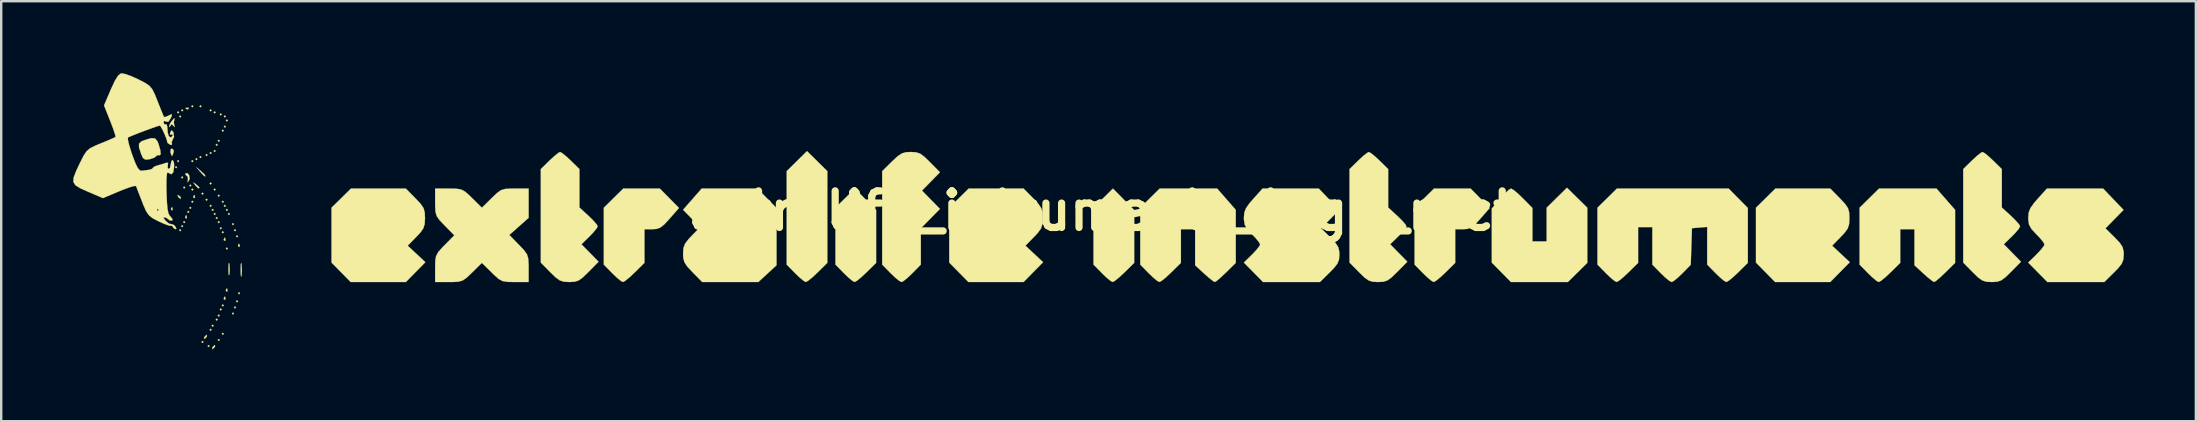
<source format=kicad_pcb>
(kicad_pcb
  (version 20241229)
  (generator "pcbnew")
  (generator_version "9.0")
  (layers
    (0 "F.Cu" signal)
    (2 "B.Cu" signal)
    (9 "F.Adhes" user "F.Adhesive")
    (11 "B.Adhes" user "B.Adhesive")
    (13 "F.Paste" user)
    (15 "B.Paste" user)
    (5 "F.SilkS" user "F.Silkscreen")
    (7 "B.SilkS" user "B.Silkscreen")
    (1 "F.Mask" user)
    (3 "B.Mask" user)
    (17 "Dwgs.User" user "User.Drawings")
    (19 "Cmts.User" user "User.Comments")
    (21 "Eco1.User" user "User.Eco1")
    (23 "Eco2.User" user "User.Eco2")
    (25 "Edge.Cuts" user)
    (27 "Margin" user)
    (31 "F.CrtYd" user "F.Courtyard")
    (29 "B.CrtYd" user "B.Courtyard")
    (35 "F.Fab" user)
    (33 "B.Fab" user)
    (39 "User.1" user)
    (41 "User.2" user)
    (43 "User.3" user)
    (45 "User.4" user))
  (footprint "extralife_intruments_logo_rect"
    (layer "F.Cu")
    (at 42.852 5.738)
    (property "Reference" "extralife_intruments_logo_rect" (at 0 0 0) (layer "F.SilkS") (effects (font (size 1.524 1.524) (thickness 0.3))))
    (attr through_hole)
    (fp_poly (pts (xy -38.523 -1.82) (xy -38.566 -1.778) (xy -38.608 -1.82) (xy -38.566 -1.863) (xy -38.523 -1.82)) (stroke (width 0.01) (type solid)) (fill yes) (layer "F.SilkS"))
    (fp_poly (pts (xy -38.439 -4.106) (xy -38.481 -4.064) (xy -38.523 -4.106) (xy -38.481 -4.149) (xy -38.439 -4.106)) (stroke (width 0.01) (type solid)) (fill yes) (layer "F.SilkS"))
    (fp_poly (pts (xy -38.439 -2.074) (xy -38.481 -2.032) (xy -38.523 -2.074) (xy -38.481 -2.117) (xy -38.439 -2.074)) (stroke (width 0.01) (type solid)) (fill yes) (layer "F.SilkS"))
    (fp_poly (pts (xy -38.354 -3.937) (xy -38.396 -3.895) (xy -38.439 -3.937) (xy -38.396 -3.979) (xy -38.354 -3.937)) (stroke (width 0.01) (type solid)) (fill yes) (layer "F.SilkS"))
    (fp_poly (pts (xy -38.354 0.804) (xy -38.396 0.847) (xy -38.439 0.804) (xy -38.396 0.762) (xy -38.354 0.804)) (stroke (width 0.01) (type solid)) (fill yes) (layer "F.SilkS"))
    (fp_poly (pts (xy -38.269 -4.191) (xy -38.312 -4.149) (xy -38.354 -4.191) (xy -38.312 -4.233) (xy -38.269 -4.191)) (stroke (width 0.01) (type solid)) (fill yes) (layer "F.SilkS"))
    (fp_poly (pts (xy -38.269 -1.397) (xy -38.312 -1.355) (xy -38.354 -1.397) (xy -38.312 -1.439) (xy -38.269 -1.397)) (stroke (width 0.01) (type solid)) (fill yes) (layer "F.SilkS"))
    (fp_poly (pts (xy -38.269 0.635) (xy -38.312 0.677) (xy -38.354 0.635) (xy -38.312 0.593) (xy -38.269 0.635)) (stroke (width 0.01) (type solid)) (fill yes) (layer "F.SilkS"))
    (fp_poly (pts (xy -38.185 -0.974) (xy -38.227 -0.931) (xy -38.269 -0.974) (xy -38.227 -1.016) (xy -38.185 -0.974)) (stroke (width 0.01) (type solid)) (fill yes) (layer "F.SilkS"))
    (fp_poly (pts (xy -38.185 0.466) (xy -38.227 0.508) (xy -38.269 0.466) (xy -38.227 0.423) (xy -38.185 0.466)) (stroke (width 0.01) (type solid)) (fill yes) (layer "F.SilkS"))
    (fp_poly (pts (xy -38.015 0.042) (xy -38.058 0.085) (xy -38.1 0.042) (xy -38.058 0) (xy -38.015 0.042)) (stroke (width 0.01) (type solid)) (fill yes) (layer "F.SilkS"))
    (fp_poly (pts (xy -37.931 -1.058) (xy -37.973 -1.016) (xy -38.015 -1.058) (xy -37.973 -1.101) (xy -37.931 -1.058)) (stroke (width 0.01) (type solid)) (fill yes) (layer "F.SilkS"))
    (fp_poly (pts (xy -37.931 -0.127) (xy -37.973 -0.085) (xy -38.015 -0.127) (xy -37.973 -0.169) (xy -37.931 -0.127)) (stroke (width 0.01) (type solid)) (fill yes) (layer "F.SilkS"))
    (fp_poly (pts (xy -37.846 -4.36) (xy -37.888 -4.318) (xy -37.931 -4.36) (xy -37.888 -4.403) (xy -37.846 -4.36)) (stroke (width 0.01) (type solid)) (fill yes) (layer "F.SilkS"))
    (fp_poly (pts (xy -37.846 -2.074) (xy -37.888 -2.032) (xy -37.931 -2.074) (xy -37.888 -2.117) (xy -37.846 -2.074)) (stroke (width 0.01) (type solid)) (fill yes) (layer "F.SilkS"))
    (fp_poly (pts (xy -37.846 -0.889) (xy -37.888 -0.847) (xy -37.931 -0.889) (xy -37.888 -0.931) (xy -37.846 -0.889)) (stroke (width 0.01) (type solid)) (fill yes) (layer "F.SilkS"))
    (fp_poly (pts (xy -37.846 -0.381) (xy -37.888 -0.339) (xy -37.931 -0.381) (xy -37.888 -0.423) (xy -37.846 -0.381)) (stroke (width 0.01) (type solid)) (fill yes) (layer "F.SilkS"))
    (fp_poly (pts (xy -37.677 -2.159) (xy -37.719 -2.117) (xy -37.761 -2.159) (xy -37.719 -2.201) (xy -37.677 -2.159)) (stroke (width 0.01) (type solid)) (fill yes) (layer "F.SilkS"))
    (fp_poly (pts (xy -37.507 -4.36) (xy -37.55 -4.318) (xy -37.592 -4.36) (xy -37.55 -4.403) (xy -37.507 -4.36)) (stroke (width 0.01) (type solid)) (fill yes) (layer "F.SilkS"))
    (fp_poly (pts (xy -37.507 -2.244) (xy -37.55 -2.201) (xy -37.592 -2.244) (xy -37.55 -2.286) (xy -37.507 -2.244)) (stroke (width 0.01) (type solid)) (fill yes) (layer "F.SilkS"))
    (fp_poly (pts (xy -37.423 -0.72) (xy -37.465 -0.677) (xy -37.507 -0.72) (xy -37.465 -0.762) (xy -37.423 -0.72)) (stroke (width 0.01) (type solid)) (fill yes) (layer "F.SilkS"))
    (fp_poly (pts (xy -37.423 5.461) (xy -37.465 5.503) (xy -37.507 5.461) (xy -37.465 5.419) (xy -37.423 5.461)) (stroke (width 0.01) (type solid)) (fill yes) (layer "F.SilkS"))
    (fp_poly (pts (xy -37.253 -2.328) (xy -37.296 -2.286) (xy -37.338 -2.328) (xy -37.296 -2.371) (xy -37.253 -2.328)) (stroke (width 0.01) (type solid)) (fill yes) (layer "F.SilkS"))
    (fp_poly (pts (xy -37.253 -0.466) (xy -37.296 -0.423) (xy -37.338 -0.466) (xy -37.296 -0.508) (xy -37.253 -0.466)) (stroke (width 0.01) (type solid)) (fill yes) (layer "F.SilkS"))
    (fp_poly (pts (xy -37.169 5.63) (xy -37.211 5.673) (xy -37.253 5.63) (xy -37.211 5.588) (xy -37.169 5.63)) (stroke (width 0.01) (type solid)) (fill yes) (layer "F.SilkS"))
    (fp_poly (pts (xy -37.084 -4.191) (xy -37.126 -4.149) (xy -37.169 -4.191) (xy -37.126 -4.233) (xy -37.084 -4.191)) (stroke (width 0.01) (type solid)) (fill yes) (layer "F.SilkS"))
    (fp_poly (pts (xy -37.084 -2.413) (xy -37.126 -2.371) (xy -37.169 -2.413) (xy -37.126 -2.455) (xy -37.084 -2.413)) (stroke (width 0.01) (type solid)) (fill yes) (layer "F.SilkS"))
    (fp_poly (pts (xy -37.084 -1.143) (xy -37.126 -1.101) (xy -37.169 -1.143) (xy -37.126 -1.185) (xy -37.084 -1.143)) (stroke (width 0.01) (type solid)) (fill yes) (layer "F.SilkS"))
    (fp_poly (pts (xy -37.084 -0.212) (xy -37.126 -0.169) (xy -37.169 -0.212) (xy -37.126 -0.254) (xy -37.084 -0.212)) (stroke (width 0.01) (type solid)) (fill yes) (layer "F.SilkS"))
    (fp_poly (pts (xy -37.084 4.953) (xy -37.126 4.995) (xy -37.169 4.953) (xy -37.126 4.911) (xy -37.084 4.953)) (stroke (width 0.01) (type solid)) (fill yes) (layer "F.SilkS"))
    (fp_poly (pts (xy -36.999 -0.042) (xy -37.042 0) (xy -37.084 -0.042) (xy -37.042 -0.085) (xy -36.999 -0.042)) (stroke (width 0.01) (type solid)) (fill yes) (layer "F.SilkS"))
    (fp_poly (pts (xy -36.999 4.784) (xy -37.042 4.826) (xy -37.084 4.784) (xy -37.042 4.741) (xy -36.999 4.784)) (stroke (width 0.01) (type solid)) (fill yes) (layer "F.SilkS"))
    (fp_poly (pts (xy -36.915 -4.106) (xy -36.957 -4.064) (xy -36.999 -4.106) (xy -36.957 -4.149) (xy -36.915 -4.106)) (stroke (width 0.01) (type solid)) (fill yes) (layer "F.SilkS"))
    (fp_poly (pts (xy -36.915 -2.498) (xy -36.957 -2.455) (xy -36.999 -2.498) (xy -36.957 -2.54) (xy -36.915 -2.498)) (stroke (width 0.01) (type solid)) (fill yes) (layer "F.SilkS"))
    (fp_poly (pts (xy -36.915 -0.889) (xy -36.957 -0.847) (xy -36.999 -0.889) (xy -36.957 -0.931) (xy -36.915 -0.889)) (stroke (width 0.01) (type solid)) (fill yes) (layer "F.SilkS"))
    (fp_poly (pts (xy -36.915 0.127) (xy -36.957 0.169) (xy -36.999 0.127) (xy -36.957 0.085) (xy -36.915 0.127)) (stroke (width 0.01) (type solid)) (fill yes) (layer "F.SilkS"))
    (fp_poly (pts (xy -36.83 -2.752) (xy -36.872 -2.709) (xy -36.915 -2.752) (xy -36.872 -2.794) (xy -36.83 -2.752)) (stroke (width 0.01) (type solid)) (fill yes) (layer "F.SilkS"))
    (fp_poly (pts (xy -36.83 0.296) (xy -36.872 0.339) (xy -36.915 0.296) (xy -36.872 0.254) (xy -36.83 0.296)) (stroke (width 0.01) (type solid)) (fill yes) (layer "F.SilkS"))
    (fp_poly (pts (xy -36.83 4.53) (xy -36.872 4.572) (xy -36.915 4.53) (xy -36.872 4.487) (xy -36.83 4.53)) (stroke (width 0.01) (type solid)) (fill yes) (layer "F.SilkS"))
    (fp_poly (pts (xy -36.745 -2.921) (xy -36.788 -2.879) (xy -36.83 -2.921) (xy -36.788 -2.963) (xy -36.745 -2.921)) (stroke (width 0.01) (type solid)) (fill yes) (layer "F.SilkS"))
    (fp_poly (pts (xy -36.745 -0.635) (xy -36.788 -0.593) (xy -36.83 -0.635) (xy -36.788 -0.677) (xy -36.745 -0.635)) (stroke (width 0.01) (type solid)) (fill yes) (layer "F.SilkS"))
    (fp_poly (pts (xy -36.745 0.466) (xy -36.788 0.508) (xy -36.83 0.466) (xy -36.788 0.423) (xy -36.745 0.466)) (stroke (width 0.01) (type solid)) (fill yes) (layer "F.SilkS"))
    (fp_poly (pts (xy -36.745 4.36) (xy -36.788 4.403) (xy -36.83 4.36) (xy -36.788 4.318) (xy -36.745 4.36)) (stroke (width 0.01) (type solid)) (fill yes) (layer "F.SilkS"))
    (fp_poly (pts (xy -36.745 5.376) (xy -36.788 5.419) (xy -36.83 5.376) (xy -36.788 5.334) (xy -36.745 5.376)) (stroke (width 0.01) (type solid)) (fill yes) (layer "F.SilkS"))
    (fp_poly (pts (xy -36.661 -4.022) (xy -36.703 -3.979) (xy -36.745 -4.022) (xy -36.703 -4.064) (xy -36.661 -4.022)) (stroke (width 0.01) (type solid)) (fill yes) (layer "F.SilkS"))
    (fp_poly (pts (xy -36.661 0.72) (xy -36.703 0.762) (xy -36.745 0.72) (xy -36.703 0.677) (xy -36.661 0.72)) (stroke (width 0.01) (type solid)) (fill yes) (layer "F.SilkS"))
    (fp_poly (pts (xy -36.661 4.106) (xy -36.703 4.149) (xy -36.745 4.106) (xy -36.703 4.064) (xy -36.661 4.106)) (stroke (width 0.01) (type solid)) (fill yes) (layer "F.SilkS"))
    (fp_poly (pts (xy -36.576 -3.344) (xy -36.618 -3.302) (xy -36.661 -3.344) (xy -36.618 -3.387) (xy -36.576 -3.344)) (stroke (width 0.01) (type solid)) (fill yes) (layer "F.SilkS"))
    (fp_poly (pts (xy -36.576 -0.381) (xy -36.618 -0.339) (xy -36.661 -0.381) (xy -36.618 -0.423) (xy -36.576 -0.381)) (stroke (width 0.01) (type solid)) (fill yes) (layer "F.SilkS"))
    (fp_poly (pts (xy -36.576 0.889) (xy -36.618 0.931) (xy -36.661 0.889) (xy -36.618 0.847) (xy -36.576 0.889)) (stroke (width 0.01) (type solid)) (fill yes) (layer "F.SilkS"))
    (fp_poly (pts (xy -36.576 3.937) (xy -36.618 3.979) (xy -36.661 3.937) (xy -36.618 3.895) (xy -36.576 3.937)) (stroke (width 0.01) (type solid)) (fill yes) (layer "F.SilkS"))
    (fp_poly (pts (xy -36.576 5.122) (xy -36.618 5.165) (xy -36.661 5.122) (xy -36.618 5.08) (xy -36.576 5.122)) (stroke (width 0.01) (type solid)) (fill yes) (layer "F.SilkS"))
    (fp_poly (pts (xy -36.491 -3.937) (xy -36.534 -3.895) (xy -36.576 -3.937) (xy -36.534 -3.979) (xy -36.491 -3.937)) (stroke (width 0.01) (type solid)) (fill yes) (layer "F.SilkS"))
    (fp_poly (pts (xy -36.491 -3.514) (xy -36.534 -3.471) (xy -36.576 -3.514) (xy -36.534 -3.556) (xy -36.491 -3.514)) (stroke (width 0.01) (type solid)) (fill yes) (layer "F.SilkS"))
    (fp_poly (pts (xy -36.491 -0.212) (xy -36.534 -0.169) (xy -36.576 -0.212) (xy -36.534 -0.254) (xy -36.491 -0.212)) (stroke (width 0.01) (type solid)) (fill yes) (layer "F.SilkS"))
    (fp_poly (pts (xy -36.407 -3.768) (xy -36.449 -3.725) (xy -36.491 -3.768) (xy -36.449 -3.81) (xy -36.407 -3.768)) (stroke (width 0.01) (type solid)) (fill yes) (layer "F.SilkS"))
    (fp_poly (pts (xy -36.407 -0.042) (xy -36.449 0) (xy -36.491 -0.042) (xy -36.449 -0.085) (xy -36.407 -0.042)) (stroke (width 0.01) (type solid)) (fill yes) (layer "F.SilkS"))
    (fp_poly (pts (xy -36.407 1.566) (xy -36.449 1.609) (xy -36.491 1.566) (xy -36.449 1.524) (xy -36.407 1.566)) (stroke (width 0.01) (type solid)) (fill yes) (layer "F.SilkS"))
    (fp_poly (pts (xy -36.322 0.127) (xy -36.364 0.169) (xy -36.407 0.127) (xy -36.364 0.085) (xy -36.322 0.127)) (stroke (width 0.01) (type solid)) (fill yes) (layer "F.SilkS"))
    (fp_poly (pts (xy -36.153 0.55) (xy -36.195 0.593) (xy -36.237 0.55) (xy -36.195 0.508) (xy -36.153 0.55)) (stroke (width 0.01) (type solid)) (fill yes) (layer "F.SilkS"))
    (fp_poly (pts (xy -36.153 4.276) (xy -36.195 4.318) (xy -36.237 4.276) (xy -36.195 4.233) (xy -36.153 4.276)) (stroke (width 0.01) (type solid)) (fill yes) (layer "F.SilkS"))
    (fp_poly (pts (xy -36.068 0.804) (xy -36.11 0.847) (xy -36.153 0.804) (xy -36.11 0.762) (xy -36.068 0.804)) (stroke (width 0.01) (type solid)) (fill yes) (layer "F.SilkS"))
    (fp_poly (pts (xy -36.068 4.022) (xy -36.11 4.064) (xy -36.153 4.022) (xy -36.11 3.979) (xy -36.068 4.022)) (stroke (width 0.01) (type solid)) (fill yes) (layer "F.SilkS"))
    (fp_poly (pts (xy -35.983 1.058) (xy -36.026 1.101) (xy -36.068 1.058) (xy -36.026 1.016) (xy -35.983 1.058)) (stroke (width 0.01) (type solid)) (fill yes) (layer "F.SilkS"))
    (fp_poly (pts (xy -35.983 3.768) (xy -36.026 3.81) (xy -36.068 3.768) (xy -36.026 3.725) (xy -35.983 3.768)) (stroke (width 0.01) (type solid)) (fill yes) (layer "F.SilkS"))
    (fp_poly (pts (xy -35.899 3.429) (xy -35.941 3.471) (xy -35.983 3.429) (xy -35.941 3.387) (xy -35.899 3.429)) (stroke (width 0.01) (type solid)) (fill yes) (layer "F.SilkS"))
    (fp_poly (pts (xy -38.721 -0.141) (xy -38.711 -0.041) (xy -38.721 -0.028) (xy -38.771 -0.04) (xy -38.777 -0.085) (xy -38.746 -0.154) (xy -38.721 -0.141)) (stroke (width 0.01) (type solid)) (fill yes) (layer "F.SilkS"))
    (fp_poly (pts (xy -38.128 0.198) (xy -38.118 0.298) (xy -38.128 0.31) (xy -38.179 0.299) (xy -38.185 0.254) (xy -38.154 0.184) (xy -38.128 0.198)) (stroke (width 0.01) (type solid)) (fill yes) (layer "F.SilkS"))
    (fp_poly (pts (xy -38.044 -4.29) (xy -38.055 -4.239) (xy -38.1 -4.233) (xy -38.17 -4.264) (xy -38.156 -4.29) (xy -38.056 -4.3) (xy -38.044 -4.29)) (stroke (width 0.01) (type solid)) (fill yes) (layer "F.SilkS"))
    (fp_poly (pts (xy -37.79 -0.649) (xy -37.779 -0.549) (xy -37.79 -0.536) (xy -37.84 -0.548) (xy -37.846 -0.593) (xy -37.815 -0.662) (xy -37.79 -0.649)) (stroke (width 0.01) (type solid)) (fill yes) (layer "F.SilkS"))
    (fp_poly (pts (xy -36.52 1.129) (xy -36.509 1.229) (xy -36.52 1.242) (xy -36.57 1.23) (xy -36.576 1.185) (xy -36.545 1.116) (xy -36.52 1.129)) (stroke (width 0.01) (type solid)) (fill yes) (layer "F.SilkS"))
    (fp_poly (pts (xy -36.52 3.584) (xy -36.509 3.685) (xy -36.52 3.697) (xy -36.57 3.685) (xy -36.576 3.641) (xy -36.545 3.571) (xy -36.52 3.584)) (stroke (width 0.01) (type solid)) (fill yes) (layer "F.SilkS"))
    (fp_poly (pts (xy -36.435 3.246) (xy -36.425 3.346) (xy -36.435 3.358) (xy -36.485 3.347) (xy -36.491 3.302) (xy -36.46 3.232) (xy -36.435 3.246)) (stroke (width 0.01) (type solid)) (fill yes) (layer "F.SilkS"))
    (fp_poly (pts (xy -35.927 1.383) (xy -35.917 1.483) (xy -35.927 1.496) (xy -35.977 1.484) (xy -35.983 1.439) (xy -35.952 1.37) (xy -35.927 1.383)) (stroke (width 0.01) (type solid)) (fill yes) (layer "F.SilkS"))
    (fp_poly (pts (xy -38.452 -0.643) (xy -38.361 -0.558) (xy -38.38 -0.509) (xy -38.391 -0.508) (xy -38.463 -0.568) (xy -38.489 -0.606) (xy -38.499 -0.664) (xy -38.452 -0.643)) (stroke (width 0.01) (type solid)) (fill yes) (layer "F.SilkS"))
    (fp_poly (pts (xy -37.529 -1.659) (xy -37.369 -1.509) (xy -37.345 -1.444) (xy -37.367 -1.439) (xy -37.436 -1.496) (xy -37.558 -1.63) (xy -37.719 -1.82) (xy -37.529 -1.659)) (stroke (width 0.01) (type solid)) (fill yes) (layer "F.SilkS"))
    (fp_poly (pts (xy -38.666 -2.531) (xy -38.672 -2.441) (xy -38.716 -2.312) (xy -38.735 -2.286) (xy -38.772 -2.355) (xy -38.798 -2.441) (xy -38.788 -2.57) (xy -38.735 -2.596) (xy -38.666 -2.531)) (stroke (width 0.01) (type solid)) (fill yes) (layer "F.SilkS"))
    (fp_poly (pts (xy -37.802 -1.159) (xy -37.74 -1.111) (xy -37.623 -1.007) (xy -37.592 -0.963) (xy -37.633 -0.938) (xy -37.746 -1.047) (xy -37.772 -1.079) (xy -37.845 -1.18) (xy -37.802 -1.159)) (stroke (width 0.01) (type solid)) (fill yes) (layer "F.SilkS"))
    (fp_poly (pts (xy -37.28 5.219) (xy -37.296 5.249) (xy -37.375 5.33) (xy -37.39 5.334) (xy -37.396 5.279) (xy -37.38 5.249) (xy -37.301 5.168) (xy -37.286 5.165) (xy -37.28 5.219)) (stroke (width 0.01) (type solid)) (fill yes) (layer "F.SilkS"))
    (fp_poly (pts (xy -36.941 5.643) (xy -36.957 5.673) (xy -37.037 5.754) (xy -37.052 5.757) (xy -37.057 5.703) (xy -37.042 5.673) (xy -36.962 5.592) (xy -36.947 5.588) (xy -36.941 5.643)) (stroke (width 0.01) (type solid)) (fill yes) (layer "F.SilkS"))
    (fp_poly (pts (xy -36.346 2.224) (xy -36.332 2.474) (xy -36.347 2.647) (xy -36.367 2.681) (xy -36.38 2.57) (xy -36.382 2.413) (xy -36.376 2.221) (xy -36.361 2.165) (xy -36.346 2.224)) (stroke (width 0.01) (type solid)) (fill yes) (layer "F.SilkS"))
    (fp_poly (pts (xy -35.838 2.223) (xy -35.824 2.496) (xy -35.838 2.688) (xy -35.856 2.741) (xy -35.869 2.645) (xy -35.873 2.455) (xy -35.868 2.246) (xy -35.854 2.168) (xy -35.838 2.223)) (stroke (width 0.01) (type solid)) (fill yes) (layer "F.SilkS"))
    (fp_poly (pts (xy -38.02 -1.484) (xy -37.999 -1.351) (xy -38.028 -1.267) (xy -38.09 -1.193) (xy -38.076 -1.268) (xy -38.07 -1.286) (xy -38.079 -1.423) (xy -38.126 -1.465) (xy -38.188 -1.531) (xy -38.176 -1.557) (xy -38.09 -1.573) (xy -38.02 -1.484)) (stroke (width 0.01) (type solid)) (fill yes) (layer "F.SilkS"))
    (fp_poly (pts (xy -38.631 -3.846) (xy -38.661 -3.689) (xy -38.644 -3.588) (xy -38.621 -3.49) (xy -38.671 -3.54) (xy -38.674 -3.544) (xy -38.751 -3.617) (xy -38.803 -3.544) (xy -38.845 -3.492) (xy -38.855 -3.525) (xy -38.808 -3.656) (xy -38.714 -3.783) (xy -38.628 -3.869) (xy -38.631 -3.846)) (stroke (width 0.01) (type solid)) (fill yes) (layer "F.SilkS"))
    (fp_poly (pts (xy -9.84 -0.484) (xy -9.398 -0.037) (xy -9.398 2.165) (xy -9.803 2.564) (xy -10.02 2.767) (xy -10.197 2.91) (xy -10.293 2.963) (xy -10.394 2.907) (xy -10.568 2.761) (xy -10.735 2.6) (xy -11.091 2.237) (xy -11.091 -0.133) (xy -10.281 -0.931) (xy -9.84 -0.484)) (stroke (width 0.01) (type solid)) (fill yes) (layer "F.SilkS"))
    (fp_poly (pts (xy -11.853 -2.074) (xy -11.43 -1.657) (xy -11.43 2.165) (xy -11.835 2.564) (xy -12.052 2.767) (xy -12.229 2.91) (xy -12.325 2.963) (xy -12.426 2.907) (xy -12.6 2.761) (xy -12.767 2.6) (xy -13.123 2.237) (xy -13.123 -1.657) (xy -12.7 -2.074) (xy -12.277 -2.491) (xy -11.853 -2.074)) (stroke (width 0.01) (type solid)) (fill yes) (layer "F.SilkS"))
    (fp_poly (pts (xy 0.913 -0.484) (xy 1.355 -0.037) (xy 1.355 2.165) (xy 0.95 2.564) (xy 0.732 2.767) (xy 0.555 2.91) (xy 0.459 2.963) (xy 0.358 2.907) (xy 0.184 2.761) (xy 0.018 2.6) (xy -0.339 2.237) (xy -0.339 -0.133) (xy 0.066 -0.532) (xy 0.471 -0.931) (xy 0.913 -0.484)) (stroke (width 0.01) (type solid)) (fill yes) (layer "F.SilkS"))
    (fp_poly (pts (xy -39.442 -3.02) (xy -39.343 -2.905) (xy -39.294 -2.781) (xy -39.219 -2.517) (xy -39.208 -2.353) (xy -39.262 -2.316) (xy -39.278 -2.324) (xy -39.371 -2.312) (xy -39.384 -2.288) (xy -39.479 -2.215) (xy -39.668 -2.154) (xy -39.668 -2.154) (xy -39.845 -2.137) (xy -39.947 -2.207) (xy -40.028 -2.391) (xy -40.11 -2.651) (xy -40.109 -2.803) (xy -40.012 -2.896) (xy -39.865 -2.955) (xy -39.601 -3.032) (xy -39.442 -3.02)) (stroke (width 0.01) (type solid)) (fill yes) (layer "F.SilkS"))
    (fp_poly (pts (xy -28.593 -0.526) (xy -28.376 -0.295) (xy -28.256 -0.12) (xy -28.205 0.057) (xy -28.194 0.294) (xy -28.194 0.296) (xy -28.207 0.547) (xy -28.265 0.731) (xy -28.399 0.916) (xy -28.554 1.081) (xy -28.914 1.449) (xy -28.546 1.793) (xy -28.178 2.137) (xy -28.585 2.55) (xy -28.992 2.963) (xy -31.291 2.963) (xy -32.089 2.153) (xy -32.089 -0.133) (xy -31.279 -0.931) (xy -28.992 -0.931) (xy -28.593 -0.526)) (stroke (width 0.01) (type solid)) (fill yes) (layer "F.SilkS"))
    (fp_poly (pts (xy -18.01 -0.527) (xy -17.612 -0.123) (xy -17.999 0.32) (xy -18.219 0.559) (xy -18.384 0.692) (xy -18.541 0.75) (xy -18.718 0.762) (xy -19.05 0.762) (xy -19.05 2.165) (xy -19.455 2.564) (xy -19.672 2.767) (xy -19.849 2.91) (xy -19.945 2.963) (xy -20.046 2.907) (xy -20.22 2.761) (xy -20.387 2.6) (xy -20.743 2.237) (xy -20.743 -0.133) (xy -19.933 -0.931) (xy -18.409 -0.931) (xy -18.01 -0.527)) (stroke (width 0.01) (type solid)) (fill yes) (layer "F.SilkS"))
    (fp_poly (pts (xy -13.547 -0.121) (xy -13.547 2.264) (xy -13.926 2.614) (xy -14.305 2.963) (xy -16.643 2.963) (xy -17.042 2.558) (xy -17.262 2.323) (xy -17.382 2.143) (xy -17.432 1.965) (xy -17.441 1.778) (xy -17.425 1.544) (xy -17.355 1.36) (xy -17.201 1.162) (xy -17.085 1.04) (xy -16.729 0.677) (xy -17.084 0.315) (xy -17.44 -0.047) (xy -17.053 -0.489) (xy -16.666 -0.931) (xy -14.345 -0.931) (xy -13.547 -0.121)) (stroke (width 0.01) (type solid)) (fill yes) (layer "F.SilkS"))
    (fp_poly (pts (xy 15.772 -0.527) (xy 16.17 -0.123) (xy 15.783 0.32) (xy 15.563 0.559) (xy 15.398 0.692) (xy 15.241 0.75) (xy 15.064 0.762) (xy 14.732 0.762) (xy 14.732 2.165) (xy 14.327 2.564) (xy 14.11 2.767) (xy 13.933 2.91) (xy 13.837 2.963) (xy 13.736 2.907) (xy 13.562 2.761) (xy 13.395 2.6) (xy 13.039 2.237) (xy 13.039 -0.133) (xy 13.849 -0.931) (xy 15.373 -0.931) (xy 15.772 -0.527)) (stroke (width 0.01) (type solid)) (fill yes) (layer "F.SilkS"))
    (fp_poly (pts (xy 19.812 -0.55) (xy 20.235 -0.133) (xy 20.235 2.165) (xy 19.425 2.963) (xy 17.054 2.963) (xy 16.655 2.558) (xy 16.256 2.153) (xy 16.256 -0.097) (xy 16.608 -0.514) (xy 16.804 -0.73) (xy 16.967 -0.88) (xy 17.056 -0.931) (xy 17.16 -0.875) (xy 17.34 -0.727) (xy 17.55 -0.526) (xy 17.949 -0.121) (xy 17.949 1.27) (xy 18.542 1.27) (xy 18.542 -0.133) (xy 19.389 -0.967) (xy 19.812 -0.55)) (stroke (width 0.01) (type solid)) (fill yes) (layer "F.SilkS"))
    (fp_poly (pts (xy 30.758 -0.526) (xy 30.975 -0.295) (xy 31.095 -0.12) (xy 31.146 0.057) (xy 31.157 0.294) (xy 31.157 0.296) (xy 31.145 0.547) (xy 31.087 0.731) (xy 30.953 0.916) (xy 30.797 1.081) (xy 30.438 1.449) (xy 30.805 1.793) (xy 31.173 2.137) (xy 30.766 2.55) (xy 30.359 2.963) (xy 28.061 2.963) (xy 27.263 2.153) (xy 27.263 -0.133) (xy 28.073 -0.931) (xy 30.359 -0.931) (xy 30.758 -0.526)) (stroke (width 0.01) (type solid)) (fill yes) (layer "F.SilkS"))
    (fp_poly (pts (xy -2.854 -0.526) (xy -2.638 -0.295) (xy -2.518 -0.12) (xy -2.466 0.057) (xy -2.455 0.294) (xy -2.455 0.296) (xy -2.468 0.547) (xy -2.526 0.731) (xy -2.66 0.916) (xy -2.815 1.081) (xy -3.175 1.449) (xy -2.807 1.793) (xy -2.44 2.137) (xy -3.253 2.963) (xy -5.552 2.963) (xy -5.951 2.558) (xy -6.35 2.153) (xy -6.35 -0.133) (xy -5.945 -0.532) (xy -5.54 -0.931) (xy -3.253 -0.931) (xy -2.854 -0.526)) (stroke (width 0.01) (type solid)) (fill yes) (layer "F.SilkS"))
    (fp_poly (pts (xy -7.737 -2.443) (xy -7.568 -2.389) (xy -7.394 -2.264) (xy -7.162 -2.04) (xy -7.155 -2.032) (xy -6.738 -1.609) (xy -7.486 -0.847) (xy -6.738 -0.084) (xy -7.535 0.725) (xy -7.535 2.237) (xy -7.892 2.6) (xy -8.096 2.794) (xy -8.262 2.926) (xy -8.34 2.963) (xy -8.444 2.907) (xy -8.621 2.761) (xy -8.788 2.6) (xy -9.144 2.237) (xy -9.144 -1.657) (xy -8.739 -2.056) (xy -8.504 -2.275) (xy -8.326 -2.396) (xy -8.147 -2.446) (xy -7.953 -2.455) (xy -7.737 -2.443)) (stroke (width 0.01) (type solid)) (fill yes) (layer "F.SilkS"))
    (fp_poly (pts (xy 5.588 -0.045) (xy 5.588 2.165) (xy 5.183 2.564) (xy 4.969 2.766) (xy 4.801 2.91) (xy 4.715 2.963) (xy 4.625 2.91) (xy 4.452 2.772) (xy 4.274 2.614) (xy 3.895 2.264) (xy 3.895 0.762) (xy 3.302 0.762) (xy 3.302 2.165) (xy 2.897 2.564) (xy 2.68 2.767) (xy 2.503 2.91) (xy 2.407 2.963) (xy 2.306 2.907) (xy 2.132 2.761) (xy 1.965 2.6) (xy 1.609 2.237) (xy 1.609 -0.133) (xy 2.419 -0.931) (xy 4.813 -0.931) (xy 5.588 -0.045)) (stroke (width 0.01) (type solid)) (fill yes) (layer "F.SilkS"))
    (fp_poly (pts (xy 35.56 -0.045) (xy 35.56 2.165) (xy 35.155 2.564) (xy 34.941 2.766) (xy 34.773 2.91) (xy 34.687 2.963) (xy 34.597 2.91) (xy 34.424 2.772) (xy 34.246 2.614) (xy 33.867 2.264) (xy 33.867 0.762) (xy 33.274 0.762) (xy 33.274 2.165) (xy 32.869 2.564) (xy 32.652 2.767) (xy 32.475 2.91) (xy 32.379 2.963) (xy 32.278 2.907) (xy 32.104 2.761) (xy 31.937 2.6) (xy 31.581 2.237) (xy 31.581 -0.133) (xy 32.391 -0.931) (xy 34.785 -0.931) (xy 35.56 -0.045)) (stroke (width 0.01) (type solid)) (fill yes) (layer "F.SilkS"))
    (fp_poly (pts (xy -22.466 -2.4) (xy -22.292 -2.257) (xy -22.122 -2.099) (xy -21.759 -1.743) (xy -21.759 -0.142) (xy -21.378 0.207) (xy -21.177 0.405) (xy -21.039 0.566) (xy -20.997 0.642) (xy -21.054 0.744) (xy -21.199 0.917) (xy -21.336 1.059) (xy -21.675 1.39) (xy -20.962 2.117) (xy -21.379 2.54) (xy -21.612 2.766) (xy -21.786 2.894) (xy -21.954 2.95) (xy -22.168 2.963) (xy -22.183 2.963) (xy -22.406 2.951) (xy -22.578 2.895) (xy -22.754 2.767) (xy -22.969 2.558) (xy -23.368 2.153) (xy -23.368 -1.743) (xy -23.005 -2.099) (xy -22.799 -2.289) (xy -22.636 -2.418) (xy -22.564 -2.455) (xy -22.466 -2.4)) (stroke (width 0.01) (type solid)) (fill yes) (layer "F.SilkS"))
    (fp_poly (pts (xy 11.232 -2.4) (xy 11.406 -2.257) (xy 11.575 -2.099) (xy 11.938 -1.743) (xy 11.938 -0.142) (xy 12.319 0.207) (xy 12.521 0.405) (xy 12.659 0.566) (xy 12.7 0.642) (xy 12.644 0.744) (xy 12.498 0.917) (xy 12.361 1.059) (xy 12.022 1.39) (xy 12.736 2.117) (xy 12.319 2.54) (xy 12.085 2.766) (xy 11.911 2.894) (xy 11.743 2.95) (xy 11.529 2.963) (xy 11.515 2.963) (xy 11.291 2.951) (xy 11.119 2.895) (xy 10.943 2.767) (xy 10.728 2.558) (xy 10.329 2.153) (xy 10.329 -1.743) (xy 10.692 -2.099) (xy 10.898 -2.289) (xy 11.061 -2.418) (xy 11.134 -2.455) (xy 11.232 -2.4)) (stroke (width 0.01) (type solid)) (fill yes) (layer "F.SilkS"))
    (fp_poly (pts (xy 36.801 -2.4) (xy 36.975 -2.257) (xy 37.144 -2.099) (xy 37.507 -1.743) (xy 37.507 -0.142) (xy 37.888 0.207) (xy 38.09 0.405) (xy 38.228 0.566) (xy 38.269 0.642) (xy 38.213 0.744) (xy 38.068 0.917) (xy 37.93 1.059) (xy 37.591 1.39) (xy 37.948 1.753) (xy 38.305 2.117) (xy 37.888 2.54) (xy 37.655 2.766) (xy 37.481 2.894) (xy 37.313 2.95) (xy 37.098 2.963) (xy 37.084 2.963) (xy 36.861 2.951) (xy 36.689 2.895) (xy 36.513 2.767) (xy 36.298 2.558) (xy 35.899 2.153) (xy 35.899 -1.743) (xy 36.262 -2.099) (xy 36.467 -2.289) (xy 36.63 -2.418) (xy 36.703 -2.455) (xy 36.801 -2.4)) (stroke (width 0.01) (type solid)) (fill yes) (layer "F.SilkS"))
    (fp_poly (pts (xy 9.473 -0.487) (xy 9.898 -0.042) (xy 9.521 0.342) (xy 9.143 0.726) (xy 9.525 1.1) (xy 9.742 1.33) (xy 9.858 1.509) (xy 9.901 1.695) (xy 9.906 1.82) (xy 9.89 2.027) (xy 9.822 2.199) (xy 9.673 2.388) (xy 9.501 2.564) (xy 9.096 2.963) (xy 6.725 2.963) (xy 5.926 2.152) (xy 6.265 1.821) (xy 6.452 1.623) (xy 6.575 1.463) (xy 6.604 1.397) (xy 6.548 1.291) (xy 6.402 1.115) (xy 6.265 0.974) (xy 6.061 0.754) (xy 5.96 0.57) (xy 5.928 0.356) (xy 5.927 0.288) (xy 5.944 0.072) (xy 6.015 -0.115) (xy 6.166 -0.327) (xy 6.316 -0.499) (xy 6.704 -0.931) (xy 9.047 -0.931) (xy 9.473 -0.487)) (stroke (width 0.01) (type solid)) (fill yes) (layer "F.SilkS"))
    (fp_poly (pts (xy 42.154 -0.487) (xy 42.579 -0.042) (xy 42.202 0.342) (xy 41.825 0.726) (xy 42.206 1.1) (xy 42.423 1.33) (xy 42.539 1.509) (xy 42.583 1.695) (xy 42.587 1.82) (xy 42.571 2.027) (xy 42.503 2.199) (xy 42.355 2.388) (xy 42.182 2.564) (xy 41.777 2.963) (xy 39.406 2.963) (xy 39.006 2.558) (xy 38.607 2.152) (xy 38.946 1.821) (xy 39.133 1.623) (xy 39.256 1.463) (xy 39.285 1.397) (xy 39.229 1.291) (xy 39.083 1.115) (xy 38.947 0.974) (xy 38.743 0.754) (xy 38.641 0.57) (xy 38.609 0.356) (xy 38.608 0.288) (xy 38.626 0.072) (xy 38.697 -0.115) (xy 38.848 -0.327) (xy 38.997 -0.499) (xy 39.386 -0.931) (xy 41.729 -0.931) (xy 42.154 -0.487)) (stroke (width 0.01) (type solid)) (fill yes) (layer "F.SilkS"))
    (fp_poly (pts (xy 26.924 -0.121) (xy 26.924 2.165) (xy 26.519 2.564) (xy 26.302 2.767) (xy 26.125 2.91) (xy 26.029 2.963) (xy 25.928 2.907) (xy 25.754 2.761) (xy 25.587 2.6) (xy 25.231 2.237) (xy 25.231 0.667) (xy 24.913 0.693) (xy 24.596 0.72) (xy 24.571 1.482) (xy 24.546 2.244) (xy 24.194 2.603) (xy 23.99 2.796) (xy 23.825 2.927) (xy 23.749 2.963) (xy 23.645 2.907) (xy 23.468 2.761) (xy 23.301 2.6) (xy 22.945 2.237) (xy 22.945 0.677) (xy 22.352 0.677) (xy 22.352 2.165) (xy 21.947 2.564) (xy 21.73 2.767) (xy 21.553 2.91) (xy 21.457 2.963) (xy 21.356 2.907) (xy 21.182 2.761) (xy 21.015 2.6) (xy 20.659 2.237) (xy 20.659 -0.133) (xy 21.469 -0.931) (xy 26.126 -0.931) (xy 26.924 -0.121)) (stroke (width 0.01) (type solid)) (fill yes) (layer "F.SilkS"))
    (fp_poly (pts (xy -26.895 -0.926) (xy -26.691 -0.894) (xy -26.527 -0.807) (xy -26.337 -0.639) (xy -26.228 -0.532) (xy -25.823 -0.133) (xy -25.418 -0.532) (xy -25.196 -0.745) (xy -25.028 -0.864) (xy -24.85 -0.917) (xy -24.596 -0.931) (xy -24.445 -0.931) (xy -23.876 -0.931) (xy -23.876 0.287) (xy -24.68 1.002) (xy -24.278 1.414) (xy -24.065 1.639) (xy -23.945 1.808) (xy -23.891 1.985) (xy -23.877 2.235) (xy -23.876 2.395) (xy -23.876 2.963) (xy -24.445 2.963) (xy -24.752 2.958) (xy -24.955 2.926) (xy -25.119 2.839) (xy -25.31 2.671) (xy -25.418 2.564) (xy -25.823 2.165) (xy -26.228 2.564) (xy -26.451 2.777) (xy -26.619 2.896) (xy -26.797 2.949) (xy -27.05 2.963) (xy -27.202 2.963) (xy -27.771 2.963) (xy -27.771 2.395) (xy -27.766 2.087) (xy -27.733 1.884) (xy -27.646 1.72) (xy -27.478 1.53) (xy -27.372 1.421) (xy -26.973 1.016) (xy -27.372 0.611) (xy -27.584 0.388) (xy -27.703 0.221) (xy -27.756 0.043) (xy -27.77 -0.211) (xy -27.771 -0.363) (xy -27.771 -0.931) (xy -27.202 -0.931) (xy -26.895 -0.926)) (stroke (width 0.01) (type solid)) (fill yes) (layer "F.SilkS"))
    (fp_poly (pts (xy -40.691 -5.706) (xy -40.441 -5.618) (xy -40.148 -5.486) (xy -40.134 -5.479) (xy -39.86 -5.338) (xy -39.681 -5.217) (xy -39.557 -5.07) (xy -39.448 -4.851) (xy -39.337 -4.572) (xy -39.218 -4.273) (xy -39.125 -4.042) (xy -39.072 -3.919) (xy -39.067 -3.909) (xy -38.987 -3.922) (xy -38.87 -3.975) (xy -38.75 -4.029) (xy -38.739 -3.98) (xy -38.791 -3.856) (xy -38.89 -3.712) (xy -38.988 -3.725) (xy -39.072 -3.752) (xy -39.088 -3.685) (xy -39.051 -3.601) (xy -39.017 -3.607) (xy -38.966 -3.613) (xy -38.936 -3.526) (xy -38.916 -3.31) (xy -38.914 -3.26) (xy -38.867 -3.109) (xy -38.781 -3.058) (xy -38.706 -3.134) (xy -38.705 -3.138) (xy -38.723 -3.199) (xy -38.765 -3.182) (xy -38.824 -3.184) (xy -38.806 -3.265) (xy -38.755 -3.361) (xy -38.697 -3.306) (xy -38.673 -3.265) (xy -38.65 -3.08) (xy -38.693 -3.005) (xy -38.751 -2.863) (xy -38.738 -2.799) (xy -38.747 -2.746) (xy -38.813 -2.761) (xy -38.92 -2.832) (xy -38.931 -2.866) (xy -38.955 -2.971) (xy -39.026 -3.154) (xy -39.116 -3.354) (xy -39.198 -3.507) (xy -39.239 -3.556) (xy -39.344 -3.528) (xy -39.557 -3.455) (xy -39.831 -3.355) (xy -40.117 -3.247) (xy -40.367 -3.148) (xy -40.534 -3.077) (xy -40.572 -3.056) (xy -40.572 -2.959) (xy -40.522 -2.744) (xy -40.431 -2.45) (xy -40.389 -2.328) (xy -40.26 -1.987) (xy -40.159 -1.782) (xy -40.071 -1.687) (xy -39.992 -1.673) (xy -39.77 -1.702) (xy -39.688 -1.712) (xy -39.562 -1.754) (xy -39.539 -1.787) (xy -39.468 -1.848) (xy -39.336 -1.895) (xy -39.118 -1.957) (xy -38.996 -1.999) (xy -38.899 -2.005) (xy -38.909 -1.923) (xy -38.914 -1.788) (xy -38.885 -1.75) (xy -38.823 -1.783) (xy -38.799 -1.881) (xy -38.759 -2.079) (xy -38.7 -2.119) (xy -38.654 -2.005) (xy -38.646 -1.863) (xy -38.678 -1.617) (xy -38.763 -1.526) (xy -38.897 -1.593) (xy -38.909 -1.605) (xy -38.944 -1.565) (xy -38.964 -1.369) (xy -38.969 -1.027) (xy -38.964 -0.779) (xy -38.947 -0.351) (xy -38.92 -0.063) (xy -38.879 0.117) (xy -38.819 0.216) (xy -38.801 0.232) (xy -38.715 0.341) (xy -38.725 0.399) (xy -38.82 0.404) (xy -38.845 0.379) (xy -38.976 0.286) (xy -39.029 0.269) (xy -39.093 0.278) (xy -39.033 0.373) (xy -38.996 0.415) (xy -38.862 0.529) (xy -38.776 0.549) (xy -38.677 0.572) (xy -38.607 0.636) (xy -38.551 0.74) (xy -38.598 0.762) (xy -38.688 0.7) (xy -38.693 0.672) (xy -38.737 0.615) (xy -38.758 0.623) (xy -38.863 0.61) (xy -39.07 0.536) (xy -39.287 0.438) (xy -39.53 0.311) (xy -39.69 0.189) (xy -39.807 0.025) (xy -39.837 -0.042) (xy -39.37 -0.042) (xy -39.328 0) (xy -39.285 -0.042) (xy -39.328 -0.085) (xy -39.37 -0.042) (xy -39.837 -0.042) (xy -39.921 -0.23) (xy -39.98 -0.381) (xy -40.094 -0.675) (xy -40.184 -0.907) (xy -40.232 -1.032) (xy -40.235 -1.038) (xy -40.318 -1.037) (xy -40.519 -0.978) (xy -40.802 -0.873) (xy -40.937 -0.818) (xy -41.614 -0.533) (xy -42.249 -0.806) (xy -42.565 -0.948) (xy -42.761 -1.071) (xy -42.847 -1.21) (xy -42.831 -1.4) (xy -42.723 -1.677) (xy -42.568 -2.005) (xy -42.419 -2.3) (xy -42.294 -2.488) (xy -42.142 -2.615) (xy -41.913 -2.728) (xy -41.705 -2.813) (xy -41.418 -2.931) (xy -41.2 -3.025) (xy -41.092 -3.077) (xy -41.087 -3.08) (xy -41.102 -3.168) (xy -41.168 -3.372) (xy -41.273 -3.656) (xy -41.312 -3.754) (xy -41.567 -4.396) (xy -41.286 -5.056) (xy -41.116 -5.422) (xy -40.977 -5.642) (xy -40.86 -5.73) (xy -40.844 -5.733) (xy -40.691 -5.706)) (stroke (width 0.01) (type solid)) (fill yes) (layer "F.SilkS")))
  (gr_rect
    (start -3 -3)
    (end 88.444 14.501)
    (stroke (width 0.1) (type default))
    (fill no)
    (layer "Edge.Cuts")))
</source>
